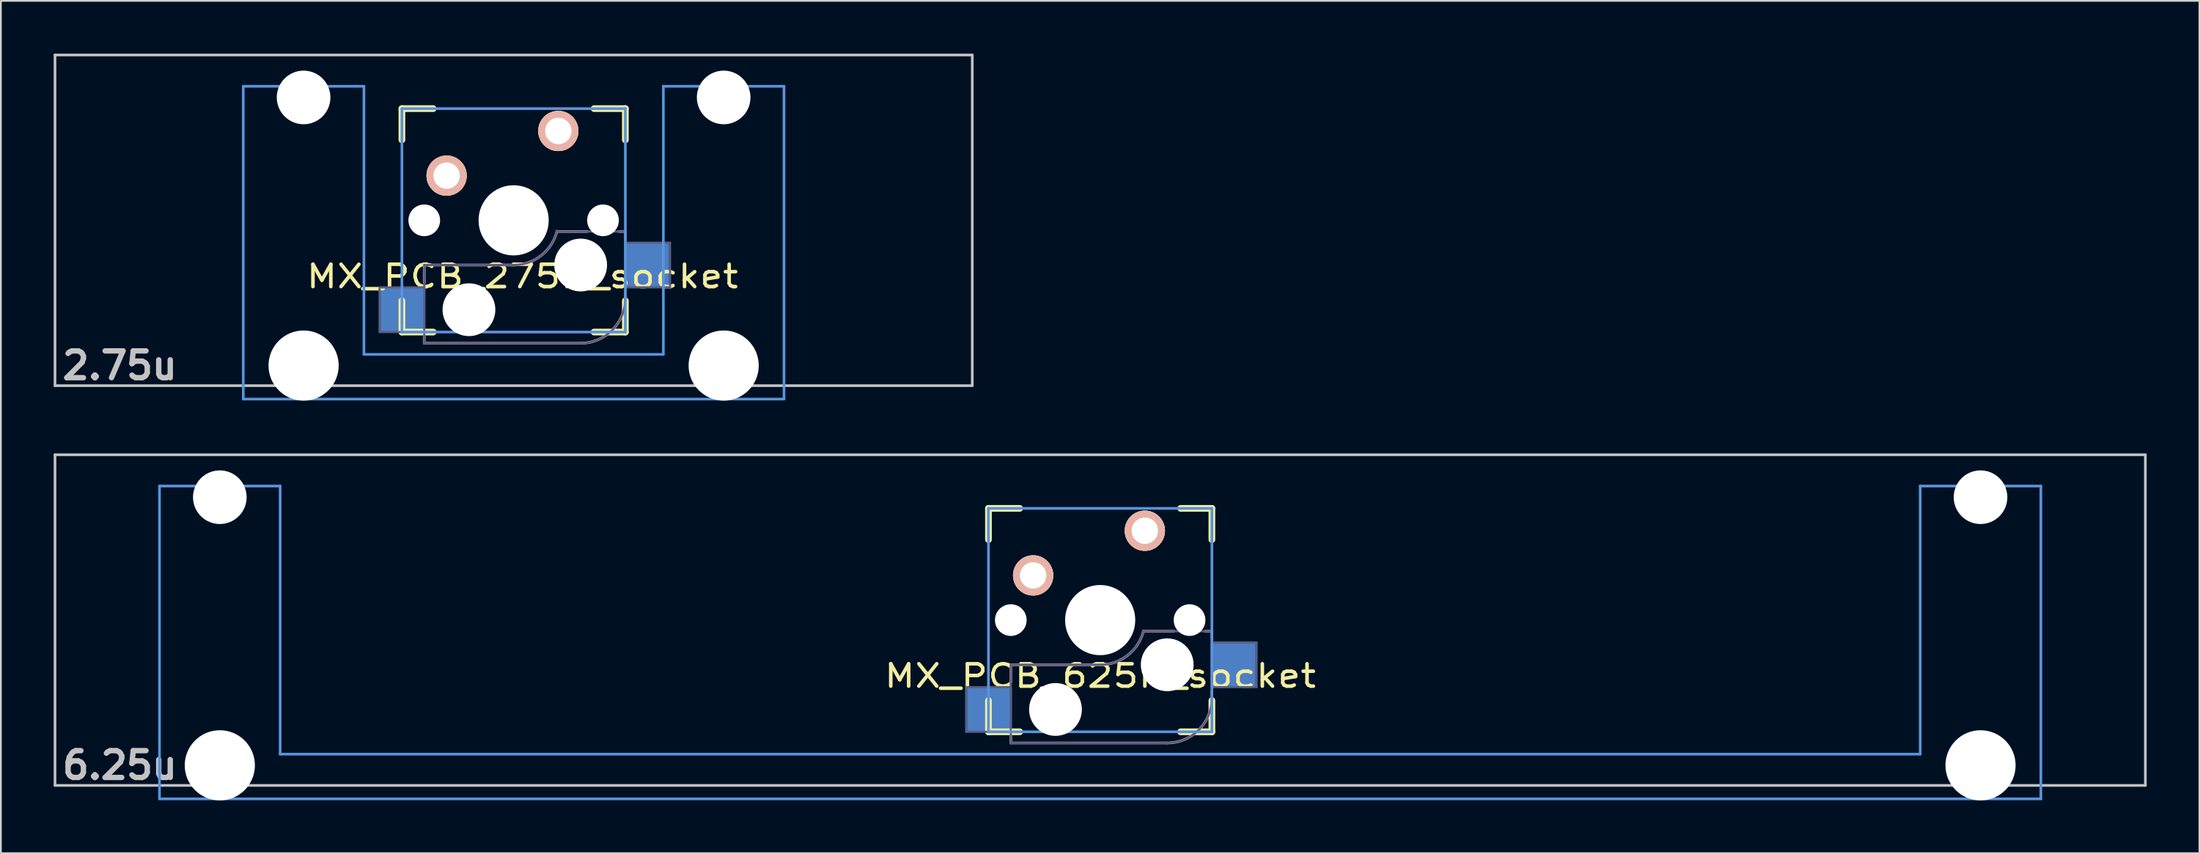
<source format=kicad_pcb>
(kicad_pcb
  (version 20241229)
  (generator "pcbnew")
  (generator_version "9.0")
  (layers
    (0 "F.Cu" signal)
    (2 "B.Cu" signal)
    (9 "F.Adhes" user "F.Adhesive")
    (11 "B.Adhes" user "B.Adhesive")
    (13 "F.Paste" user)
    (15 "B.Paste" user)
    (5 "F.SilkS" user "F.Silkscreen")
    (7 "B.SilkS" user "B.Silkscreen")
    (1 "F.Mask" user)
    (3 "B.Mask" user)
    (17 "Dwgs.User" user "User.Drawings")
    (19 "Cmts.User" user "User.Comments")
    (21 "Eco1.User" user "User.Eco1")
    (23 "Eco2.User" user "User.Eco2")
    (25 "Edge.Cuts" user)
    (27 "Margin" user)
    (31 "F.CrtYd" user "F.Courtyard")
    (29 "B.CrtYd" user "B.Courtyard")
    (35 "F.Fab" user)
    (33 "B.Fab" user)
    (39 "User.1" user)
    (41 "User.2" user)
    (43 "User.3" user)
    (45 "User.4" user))
  (footprint "MX_PCB_275H_socket"
    (layer "F.Cu")
    (at 26.144 9.474)
    (property "Reference" "MX_PCB_275H_socket" (at 0.495 3.188 0) (layer "F.SilkS") (effects (font (size 1.27 1.524) (thickness 0.203))))
    (attr through_hole)
    (fp_line (start -6.35 -6.35) (end -4.572 -6.35) (stroke (width 0.381) (type solid)) (layer "F.SilkS"))
    (fp_line (start -6.35 -4.572) (end -6.35 -6.35) (stroke (width 0.381) (type solid)) (layer "F.SilkS"))
    (fp_line (start -6.35 6.35) (end -6.35 4.572) (stroke (width 0.381) (type solid)) (layer "F.SilkS"))
    (fp_line (start -4.572 6.35) (end -6.35 6.35) (stroke (width 0.381) (type solid)) (layer "F.SilkS"))
    (fp_line (start 4.572 -6.35) (end 6.35 -6.35) (stroke (width 0.381) (type solid)) (layer "F.SilkS"))
    (fp_line (start 6.35 -6.35) (end 6.35 -4.572) (stroke (width 0.381) (type solid)) (layer "F.SilkS"))
    (fp_line (start 6.35 4.572) (end 6.35 6.35) (stroke (width 0.381) (type solid)) (layer "F.SilkS"))
    (fp_line (start 6.35 6.35) (end 4.572 6.35) (stroke (width 0.381) (type solid)) (layer "F.SilkS"))
    (fp_line (start -5.08 2.54) (end -5.08 3.556) (stroke (width 0.15) (type solid)) (layer "B.SilkS"))
    (fp_line (start -5.08 6.604) (end -5.08 6.985) (stroke (width 0.15) (type solid)) (layer "B.SilkS"))
    (fp_line (start -5.08 6.985) (end 3.81 6.985) (stroke (width 0.15) (type solid)) (layer "B.SilkS"))
    (fp_line (start 0 2.54) (end -5.08 2.54) (stroke (width 0.15) (type solid)) (layer "B.SilkS"))
    (fp_line (start 4.191 0.635) (end 2.54 0.635) (stroke (width 0.15) (type solid)) (layer "B.SilkS"))
    (fp_line (start 6.35 0.635) (end 5.969 0.635) (stroke (width 0.15) (type solid)) (layer "B.SilkS"))
    (fp_line (start 6.35 1.016) (end 6.35 0.635) (stroke (width 0.15) (type solid)) (layer "B.SilkS"))
    (fp_line (start 6.35 4.445) (end 6.35 4.064) (stroke (width 0.15) (type solid)) (layer "B.SilkS"))
    (fp_arc (start 2.464162 0.61604) (mid 1.563147 2.002042) (end 0 2.54) (stroke (width 0.15) (type solid)) (layer "B.SilkS"))
    (fp_arc (start 6.35 4.445) (mid 5.606051 6.241051) (end 3.81 6.985) (stroke (width 0.15) (type solid)) (layer "B.SilkS"))
    (fp_line (start -26.068 -9.398) (end 26.068 -9.398) (stroke (width 0.152) (type solid)) (layer "Dwgs.User"))
    (fp_line (start -26.068 9.398) (end -26.068 -9.398) (stroke (width 0.152) (type solid)) (layer "Dwgs.User"))
    (fp_line (start 26.068 -9.398) (end 26.068 9.398) (stroke (width 0.152) (type solid)) (layer "Dwgs.User"))
    (fp_line (start 26.068 9.398) (end -26.068 9.398) (stroke (width 0.152) (type solid)) (layer "Dwgs.User"))
    (fp_line (start -15.367 -7.62) (end -15.367 10.16) (stroke (width 0.152) (type solid)) (layer "Cmts.User"))
    (fp_line (start -15.367 10.16) (end 15.367 10.16) (stroke (width 0.152) (type solid)) (layer "Cmts.User"))
    (fp_line (start -8.509 -7.62) (end -15.367 -7.62) (stroke (width 0.152) (type solid)) (layer "Cmts.User"))
    (fp_line (start -8.509 7.62) (end -8.509 -7.62) (stroke (width 0.152) (type solid)) (layer "Cmts.User"))
    (fp_line (start -6.35 -6.35) (end 6.35 -6.35) (stroke (width 0.152) (type solid)) (layer "Cmts.User"))
    (fp_line (start -6.35 6.35) (end -6.35 -6.35) (stroke (width 0.152) (type solid)) (layer "Cmts.User"))
    (fp_line (start 6.35 -6.35) (end 6.35 6.35) (stroke (width 0.152) (type solid)) (layer "Cmts.User"))
    (fp_line (start 6.35 6.35) (end -6.35 6.35) (stroke (width 0.152) (type solid)) (layer "Cmts.User"))
    (fp_line (start 8.509 -7.62) (end 8.509 7.62) (stroke (width 0.152) (type solid)) (layer "Cmts.User"))
    (fp_line (start 8.509 7.62) (end -8.509 7.62) (stroke (width 0.152) (type solid)) (layer "Cmts.User"))
    (fp_line (start 15.367 -7.62) (end 8.509 -7.62) (stroke (width 0.152) (type solid)) (layer "Cmts.User"))
    (fp_line (start 15.367 10.16) (end 15.367 -7.62) (stroke (width 0.152) (type solid)) (layer "Cmts.User"))
    (fp_line (start -16.129 -2.286) (end -15.265 -2.286) (stroke (width 0.152) (type solid)) (layer "Eco2.User"))
    (fp_line (start -16.129 0.508) (end -16.129 -2.286) (stroke (width 0.152) (type solid)) (layer "Eco2.User"))
    (fp_line (start -15.265 -5.69) (end -8.611 -5.69) (stroke (width 0.152) (type solid)) (layer "Eco2.User"))
    (fp_line (start -15.265 -2.286) (end -15.265 -5.69) (stroke (width 0.152) (type solid)) (layer "Eco2.User"))
    (fp_line (start -15.265 0.508) (end -16.129 0.508) (stroke (width 0.152) (type solid)) (layer "Eco2.User"))
    (fp_line (start -15.265 6.604) (end -15.265 0.508) (stroke (width 0.152) (type solid)) (layer "Eco2.User"))
    (fp_line (start -14.224 6.604) (end -15.265 6.604) (stroke (width 0.152) (type solid)) (layer "Eco2.User"))
    (fp_line (start -14.224 7.772) (end -14.224 6.604) (stroke (width 0.152) (type solid)) (layer "Eco2.User"))
    (fp_line (start -9.652 6.604) (end -9.652 7.772) (stroke (width 0.152) (type solid)) (layer "Eco2.User"))
    (fp_line (start -9.652 7.772) (end -14.224 7.772) (stroke (width 0.152) (type solid)) (layer "Eco2.User"))
    (fp_line (start -8.611 -5.69) (end -8.611 -4.877) (stroke (width 0.152) (type solid)) (layer "Eco2.User"))
    (fp_line (start -8.611 -4.877) (end -6.985 -4.877) (stroke (width 0.152) (type solid)) (layer "Eco2.User"))
    (fp_line (start -8.611 5.817) (end -8.611 6.604) (stroke (width 0.152) (type solid)) (layer "Eco2.User"))
    (fp_line (start -8.611 6.604) (end -9.652 6.604) (stroke (width 0.152) (type solid)) (layer "Eco2.User"))
    (fp_line (start -6.985 -6.985) (end 6.985 -6.985) (stroke (width 0.152) (type solid)) (layer "Eco2.User"))
    (fp_line (start -6.985 -4.877) (end -6.985 -6.985) (stroke (width 0.152) (type solid)) (layer "Eco2.User"))
    (fp_line (start -6.985 5.817) (end -8.611 5.817) (stroke (width 0.152) (type solid)) (layer "Eco2.User"))
    (fp_line (start -6.985 6.985) (end -6.985 5.817) (stroke (width 0.152) (type solid)) (layer "Eco2.User"))
    (fp_line (start 6.985 -6.985) (end 6.985 -4.877) (stroke (width 0.152) (type solid)) (layer "Eco2.User"))
    (fp_line (start 6.985 -4.877) (end 8.611 -4.877) (stroke (width 0.152) (type solid)) (layer "Eco2.User"))
    (fp_line (start 6.985 5.817) (end 6.985 6.985) (stroke (width 0.152) (type solid)) (layer "Eco2.User"))
    (fp_line (start 6.985 6.985) (end -6.985 6.985) (stroke (width 0.152) (type solid)) (layer "Eco2.User"))
    (fp_line (start 8.611 -5.69) (end 15.265 -5.69) (stroke (width 0.152) (type solid)) (layer "Eco2.User"))
    (fp_line (start 8.611 -4.877) (end 8.611 -5.69) (stroke (width 0.152) (type solid)) (layer "Eco2.User"))
    (fp_line (start 8.611 5.817) (end 6.985 5.817) (stroke (width 0.152) (type solid)) (layer "Eco2.User"))
    (fp_line (start 8.611 6.604) (end 8.611 5.817) (stroke (width 0.152) (type solid)) (layer "Eco2.User"))
    (fp_line (start 9.652 6.604) (end 8.611 6.604) (stroke (width 0.152) (type solid)) (layer "Eco2.User"))
    (fp_line (start 9.652 7.772) (end 9.652 6.604) (stroke (width 0.152) (type solid)) (layer "Eco2.User"))
    (fp_line (start 14.224 6.604) (end 14.224 7.772) (stroke (width 0.152) (type solid)) (layer "Eco2.User"))
    (fp_line (start 14.224 7.772) (end 9.652 7.772) (stroke (width 0.152) (type solid)) (layer "Eco2.User"))
    (fp_line (start 15.265 -5.69) (end 15.265 -2.286) (stroke (width 0.152) (type solid)) (layer "Eco2.User"))
    (fp_line (start 15.265 -2.286) (end 16.129 -2.286) (stroke (width 0.152) (type solid)) (layer "Eco2.User"))
    (fp_line (start 15.265 0.508) (end 15.265 6.604) (stroke (width 0.152) (type solid)) (layer "Eco2.User"))
    (fp_line (start 15.265 6.604) (end 14.224 6.604) (stroke (width 0.152) (type solid)) (layer "Eco2.User"))
    (fp_line (start 16.129 -2.286) (end 16.129 0.508) (stroke (width 0.152) (type solid)) (layer "Eco2.User"))
    (fp_line (start 16.129 0.508) (end 15.265 0.508) (stroke (width 0.152) (type solid)) (layer "Eco2.User"))
    (fp_line (start -7.62 3.81) (end -7.62 6.35) (stroke (width 0.12) (type solid)) (layer "B.Fab"))
    (fp_line (start -7.62 6.35) (end -5.08 6.35) (stroke (width 0.12) (type solid)) (layer "B.Fab"))
    (fp_line (start -5.08 2.54) (end -5.08 6.985) (stroke (width 0.12) (type solid)) (layer "B.Fab"))
    (fp_line (start -5.08 3.81) (end -7.62 3.81) (stroke (width 0.12) (type solid)) (layer "B.Fab"))
    (fp_line (start -5.08 6.985) (end 3.81 6.985) (stroke (width 0.12) (type solid)) (layer "B.Fab"))
    (fp_line (start 0 2.54) (end -5.08 2.54) (stroke (width 0.12) (type solid)) (layer "B.Fab"))
    (fp_line (start 6.35 0.635) (end 2.54 0.635) (stroke (width 0.12) (type solid)) (layer "B.Fab"))
    (fp_line (start 6.35 3.81) (end 8.89 3.81) (stroke (width 0.12) (type solid)) (layer "B.Fab"))
    (fp_line (start 6.35 4.445) (end 6.35 0.635) (stroke (width 0.12) (type solid)) (layer "B.Fab"))
    (fp_line (start 8.89 1.27) (end 6.35 1.27) (stroke (width 0.12) (type solid)) (layer "B.Fab"))
    (fp_line (start 8.89 3.81) (end 8.89 1.27) (stroke (width 0.12) (type solid)) (layer "B.Fab"))
    (fp_arc (start 2.464162 0.61604) (mid 1.563147 2.002042) (end 0 2.54) (stroke (width 0.12) (type solid)) (layer "B.Fab"))
    (fp_arc (start 6.35 4.445) (mid 5.606051 6.241051) (end 3.81 6.985) (stroke (width 0.12) (type solid)) (layer "B.Fab"))
    (fp_text user "2.75u" (at -22.385 8.255 0) (layer "Dwgs.User") (effects (font (size 1.524 1.524) (thickness 0.305))))
    (pad "" np_thru_hole circle (at -11.938 -6.985) (size 3.048 3.048) (drill 3.048) (layers "*.Cu"))
    (pad "" np_thru_hole circle (at -11.938 8.255) (size 3.988 3.988) (drill 3.988) (layers "*.Cu"))
    (pad "" np_thru_hole circle (at -5.08 0) (size 1.8 1.8) (drill 1.8) (layers "*.Cu"))
    (pad "" np_thru_hole circle (at -2.54 5.08) (size 3 3) (drill 3) (layers "*.Cu" "*.Mask"))
    (pad "" np_thru_hole circle (at 0 0) (size 3.988 3.988) (drill 3.988) (layers "*.Cu"))
    (pad "" np_thru_hole circle (at 3.81 2.54) (size 3 3) (drill 3) (layers "*.Cu" "*.Mask"))
    (pad "" np_thru_hole circle (at 5.08 0) (size 1.8 1.8) (drill 1.8) (layers "*.Cu"))
    (pad "" np_thru_hole circle (at 11.938 -6.985) (size 3.048 3.048) (drill 3.048) (layers "*.Cu"))
    (pad "" np_thru_hole circle (at 11.938 8.255) (size 3.988 3.988) (drill 3.988) (layers "*.Cu"))
    (pad "1" smd rect (at -6.29 5.08) (size 2.55 2.5) (layers "B.Cu" "B.Mask" "B.Paste"))
    (pad "1" thru_hole circle (at 2.54 -5.08) (size 2.286 2.286) (drill 1.499) (layers "*.Cu" "*.SilkS" "*.Mask"))
    (pad "2" thru_hole circle (at -3.81 -2.54) (size 2.286 2.286) (drill 1.499) (layers "*.Cu" "*.SilkS" "*.Mask"))
    (pad "2" smd rect (at 7.56 2.54) (size 2.55 2.5) (layers "B.Cu" "B.Mask" "B.Paste")))
  (footprint "MX_PCB_625H_socket"
    (layer "F.Cu")
    (at 59.482 32.197)
    (property "Reference" "MX_PCB_625H_socket" (at 0 3.175 0) (layer "F.SilkS") (effects (font (size 1.27 1.524) (thickness 0.203))))
    (attr through_hole)
    (fp_line (start -6.35 -6.35) (end -4.572 -6.35) (stroke (width 0.381) (type solid)) (layer "F.SilkS"))
    (fp_line (start -6.35 -4.572) (end -6.35 -6.35) (stroke (width 0.381) (type solid)) (layer "F.SilkS"))
    (fp_line (start -6.35 6.35) (end -6.35 4.572) (stroke (width 0.381) (type solid)) (layer "F.SilkS"))
    (fp_line (start -4.572 6.35) (end -6.35 6.35) (stroke (width 0.381) (type solid)) (layer "F.SilkS"))
    (fp_line (start 4.572 -6.35) (end 6.35 -6.35) (stroke (width 0.381) (type solid)) (layer "F.SilkS"))
    (fp_line (start 6.35 -6.35) (end 6.35 -4.572) (stroke (width 0.381) (type solid)) (layer "F.SilkS"))
    (fp_line (start 6.35 4.572) (end 6.35 6.35) (stroke (width 0.381) (type solid)) (layer "F.SilkS"))
    (fp_line (start 6.35 6.35) (end 4.572 6.35) (stroke (width 0.381) (type solid)) (layer "F.SilkS"))
    (fp_line (start -5.08 2.54) (end -5.08 3.556) (stroke (width 0.15) (type solid)) (layer "B.SilkS"))
    (fp_line (start -5.08 6.604) (end -5.08 6.985) (stroke (width 0.15) (type solid)) (layer "B.SilkS"))
    (fp_line (start -5.08 6.985) (end 3.81 6.985) (stroke (width 0.15) (type solid)) (layer "B.SilkS"))
    (fp_line (start 0 2.54) (end -5.08 2.54) (stroke (width 0.15) (type solid)) (layer "B.SilkS"))
    (fp_line (start 4.191 0.635) (end 2.54 0.635) (stroke (width 0.15) (type solid)) (layer "B.SilkS"))
    (fp_line (start 6.35 0.635) (end 5.969 0.635) (stroke (width 0.15) (type solid)) (layer "B.SilkS"))
    (fp_line (start 6.35 1.016) (end 6.35 0.635) (stroke (width 0.15) (type solid)) (layer "B.SilkS"))
    (fp_line (start 6.35 4.445) (end 6.35 4.064) (stroke (width 0.15) (type solid)) (layer "B.SilkS"))
    (fp_arc (start 2.464162 0.61604) (mid 1.563147 2.002042) (end 0 2.54) (stroke (width 0.15) (type solid)) (layer "B.SilkS"))
    (fp_arc (start 6.35 4.445) (mid 5.606051 6.241051) (end 3.81 6.985) (stroke (width 0.15) (type solid)) (layer "B.SilkS"))
    (fp_line (start -59.406 -9.398) (end 59.406 -9.398) (stroke (width 0.152) (type solid)) (layer "Dwgs.User"))
    (fp_line (start -59.406 9.398) (end -59.406 -9.398) (stroke (width 0.152) (type solid)) (layer "Dwgs.User"))
    (fp_line (start 59.406 -9.398) (end 59.406 9.398) (stroke (width 0.152) (type solid)) (layer "Dwgs.User"))
    (fp_line (start 59.406 9.398) (end -59.406 9.398) (stroke (width 0.152) (type solid)) (layer "Dwgs.User"))
    (fp_line (start -53.467 -7.62) (end -53.467 10.16) (stroke (width 0.152) (type solid)) (layer "Cmts.User"))
    (fp_line (start -53.467 10.16) (end 53.467 10.16) (stroke (width 0.152) (type solid)) (layer "Cmts.User"))
    (fp_line (start -46.609 -7.62) (end -53.467 -7.62) (stroke (width 0.152) (type solid)) (layer "Cmts.User"))
    (fp_line (start -46.609 7.62) (end -46.609 -7.62) (stroke (width 0.152) (type solid)) (layer "Cmts.User"))
    (fp_line (start -6.35 -6.35) (end 6.35 -6.35) (stroke (width 0.152) (type solid)) (layer "Cmts.User"))
    (fp_line (start -6.35 6.35) (end -6.35 -6.35) (stroke (width 0.152) (type solid)) (layer "Cmts.User"))
    (fp_line (start 6.35 -6.35) (end 6.35 6.35) (stroke (width 0.152) (type solid)) (layer "Cmts.User"))
    (fp_line (start 6.35 6.35) (end -6.35 6.35) (stroke (width 0.152) (type solid)) (layer "Cmts.User"))
    (fp_line (start 46.609 -7.62) (end 46.609 7.62) (stroke (width 0.152) (type solid)) (layer "Cmts.User"))
    (fp_line (start 46.609 7.62) (end -46.609 7.62) (stroke (width 0.152) (type solid)) (layer "Cmts.User"))
    (fp_line (start 53.467 -7.62) (end 46.609 -7.62) (stroke (width 0.152) (type solid)) (layer "Cmts.User"))
    (fp_line (start 53.467 10.16) (end 53.467 -7.62) (stroke (width 0.152) (type solid)) (layer "Cmts.User"))
    (fp_line (start -54.229 -2.286) (end -53.365 -2.286) (stroke (width 0.152) (type solid)) (layer "Eco2.User"))
    (fp_line (start -54.229 0.508) (end -54.229 -2.286) (stroke (width 0.152) (type solid)) (layer "Eco2.User"))
    (fp_line (start -53.365 -5.69) (end -46.711 -5.69) (stroke (width 0.152) (type solid)) (layer "Eco2.User"))
    (fp_line (start -53.365 -2.286) (end -53.365 -5.69) (stroke (width 0.152) (type solid)) (layer "Eco2.User"))
    (fp_line (start -53.365 0.508) (end -54.229 0.508) (stroke (width 0.152) (type solid)) (layer "Eco2.User"))
    (fp_line (start -53.365 6.604) (end -53.365 0.508) (stroke (width 0.152) (type solid)) (layer "Eco2.User"))
    (fp_line (start -52.324 6.604) (end -53.365 6.604) (stroke (width 0.152) (type solid)) (layer "Eco2.User"))
    (fp_line (start -52.324 7.772) (end -52.324 6.604) (stroke (width 0.152) (type solid)) (layer "Eco2.User"))
    (fp_line (start -47.752 6.604) (end -47.752 7.772) (stroke (width 0.152) (type solid)) (layer "Eco2.User"))
    (fp_line (start -47.752 7.772) (end -52.324 7.772) (stroke (width 0.152) (type solid)) (layer "Eco2.User"))
    (fp_line (start -46.711 -5.69) (end -46.711 -2.286) (stroke (width 0.152) (type solid)) (layer "Eco2.User"))
    (fp_line (start -46.711 -2.286) (end -6.985 -2.286) (stroke (width 0.152) (type solid)) (layer "Eco2.User"))
    (fp_line (start -46.711 2.286) (end -46.711 6.604) (stroke (width 0.152) (type solid)) (layer "Eco2.User"))
    (fp_line (start -46.711 6.604) (end -47.752 6.604) (stroke (width 0.152) (type solid)) (layer "Eco2.User"))
    (fp_line (start -6.985 -6.985) (end 6.985 -6.985) (stroke (width 0.152) (type solid)) (layer "Eco2.User"))
    (fp_line (start -6.985 -2.286) (end -6.985 -6.985) (stroke (width 0.152) (type solid)) (layer "Eco2.User"))
    (fp_line (start -6.985 2.286) (end -46.711 2.286) (stroke (width 0.152) (type solid)) (layer "Eco2.User"))
    (fp_line (start -6.985 6.985) (end -6.985 2.286) (stroke (width 0.152) (type solid)) (layer "Eco2.User"))
    (fp_line (start 6.985 -6.985) (end 6.985 -2.286) (stroke (width 0.152) (type solid)) (layer "Eco2.User"))
    (fp_line (start 6.985 -2.286) (end 46.711 -2.286) (stroke (width 0.152) (type solid)) (layer "Eco2.User"))
    (fp_line (start 6.985 2.286) (end 6.985 6.985) (stroke (width 0.152) (type solid)) (layer "Eco2.User"))
    (fp_line (start 6.985 6.985) (end -6.985 6.985) (stroke (width 0.152) (type solid)) (layer "Eco2.User"))
    (fp_line (start 46.711 -5.69) (end 53.365 -5.69) (stroke (width 0.152) (type solid)) (layer "Eco2.User"))
    (fp_line (start 46.711 -2.286) (end 46.711 -5.69) (stroke (width 0.152) (type solid)) (layer "Eco2.User"))
    (fp_line (start 46.711 2.286) (end 6.985 2.286) (stroke (width 0.152) (type solid)) (layer "Eco2.User"))
    (fp_line (start 46.711 6.604) (end 46.711 2.286) (stroke (width 0.152) (type solid)) (layer "Eco2.User"))
    (fp_line (start 47.752 6.604) (end 46.711 6.604) (stroke (width 0.152) (type solid)) (layer "Eco2.User"))
    (fp_line (start 47.752 7.772) (end 47.752 6.604) (stroke (width 0.152) (type solid)) (layer "Eco2.User"))
    (fp_line (start 52.324 6.604) (end 52.324 7.772) (stroke (width 0.152) (type solid)) (layer "Eco2.User"))
    (fp_line (start 52.324 7.772) (end 47.752 7.772) (stroke (width 0.152) (type solid)) (layer "Eco2.User"))
    (fp_line (start 53.365 -5.69) (end 53.365 -2.286) (stroke (width 0.152) (type solid)) (layer "Eco2.User"))
    (fp_line (start 53.365 -2.286) (end 54.229 -2.286) (stroke (width 0.152) (type solid)) (layer "Eco2.User"))
    (fp_line (start 53.365 0.508) (end 53.365 6.604) (stroke (width 0.152) (type solid)) (layer "Eco2.User"))
    (fp_line (start 53.365 6.604) (end 52.324 6.604) (stroke (width 0.152) (type solid)) (layer "Eco2.User"))
    (fp_line (start 54.229 -2.286) (end 54.229 0.508) (stroke (width 0.152) (type solid)) (layer "Eco2.User"))
    (fp_line (start 54.229 0.508) (end 53.365 0.508) (stroke (width 0.152) (type solid)) (layer "Eco2.User"))
    (fp_line (start -7.62 3.81) (end -7.62 6.35) (stroke (width 0.12) (type solid)) (layer "B.Fab"))
    (fp_line (start -7.62 6.35) (end -5.08 6.35) (stroke (width 0.12) (type solid)) (layer "B.Fab"))
    (fp_line (start -5.08 2.54) (end -5.08 6.985) (stroke (width 0.12) (type solid)) (layer "B.Fab"))
    (fp_line (start -5.08 3.81) (end -7.62 3.81) (stroke (width 0.12) (type solid)) (layer "B.Fab"))
    (fp_line (start -5.08 6.985) (end 3.81 6.985) (stroke (width 0.12) (type solid)) (layer "B.Fab"))
    (fp_line (start 0 2.54) (end -5.08 2.54) (stroke (width 0.12) (type solid)) (layer "B.Fab"))
    (fp_line (start 6.35 0.635) (end 2.54 0.635) (stroke (width 0.12) (type solid)) (layer "B.Fab"))
    (fp_line (start 6.35 3.81) (end 8.89 3.81) (stroke (width 0.12) (type solid)) (layer "B.Fab"))
    (fp_line (start 6.35 4.445) (end 6.35 0.635) (stroke (width 0.12) (type solid)) (layer "B.Fab"))
    (fp_line (start 8.89 1.27) (end 6.35 1.27) (stroke (width 0.12) (type solid)) (layer "B.Fab"))
    (fp_line (start 8.89 3.81) (end 8.89 1.27) (stroke (width 0.12) (type solid)) (layer "B.Fab"))
    (fp_arc (start 2.464162 0.61604) (mid 1.563147 2.002042) (end 0 2.54) (stroke (width 0.12) (type solid)) (layer "B.Fab"))
    (fp_arc (start 6.35 4.445) (mid 5.606051 6.241051) (end 3.81 6.985) (stroke (width 0.12) (type solid)) (layer "B.Fab"))
    (fp_text user "6.25u" (at -55.723 8.255 0) (layer "Dwgs.User") (effects (font (size 1.524 1.524) (thickness 0.305))))
    (pad "" np_thru_hole circle (at -50.038 -6.985) (size 3.048 3.048) (drill 3.048) (layers "*.Cu"))
    (pad "" np_thru_hole circle (at -50.038 8.255) (size 3.988 3.988) (drill 3.988) (layers "*.Cu"))
    (pad "" np_thru_hole circle (at -5.08 0) (size 1.8 1.8) (drill 1.8) (layers "*.Cu"))
    (pad "" np_thru_hole circle (at -2.54 5.08) (size 3 3) (drill 3) (layers "*.Cu" "*.Mask"))
    (pad "" np_thru_hole circle (at 0 0) (size 3.988 3.988) (drill 3.988) (layers "*.Cu"))
    (pad "" np_thru_hole circle (at 3.81 2.54) (size 3 3) (drill 3) (layers "*.Cu" "*.Mask"))
    (pad "" np_thru_hole circle (at 5.08 0) (size 1.8 1.8) (drill 1.8) (layers "*.Cu"))
    (pad "" np_thru_hole circle (at 50.038 -6.985) (size 3.048 3.048) (drill 3.048) (layers "*.Cu"))
    (pad "" np_thru_hole circle (at 50.038 8.255) (size 3.988 3.988) (drill 3.988) (layers "*.Cu"))
    (pad "1" smd rect (at -6.29 5.08) (size 2.55 2.5) (layers "B.Cu" "B.Mask" "B.Paste"))
    (pad "1" thru_hole circle (at 2.54 -5.08) (size 2.286 2.286) (drill 1.499) (layers "*.Cu" "*.SilkS" "*.Mask"))
    (pad "2" thru_hole circle (at -3.81 -2.54) (size 2.286 2.286) (drill 1.499) (layers "*.Cu" "*.SilkS" "*.Mask"))
    (pad "2" smd rect (at 7.56 2.54) (size 2.55 2.5) (layers "B.Cu" "B.Mask" "B.Paste")))
  (gr_rect
    (start -3 -3)
    (end 121.963 45.446)
    (stroke (width 0.1) (type default))
    (fill no)
    (layer "Edge.Cuts")))
</source>
